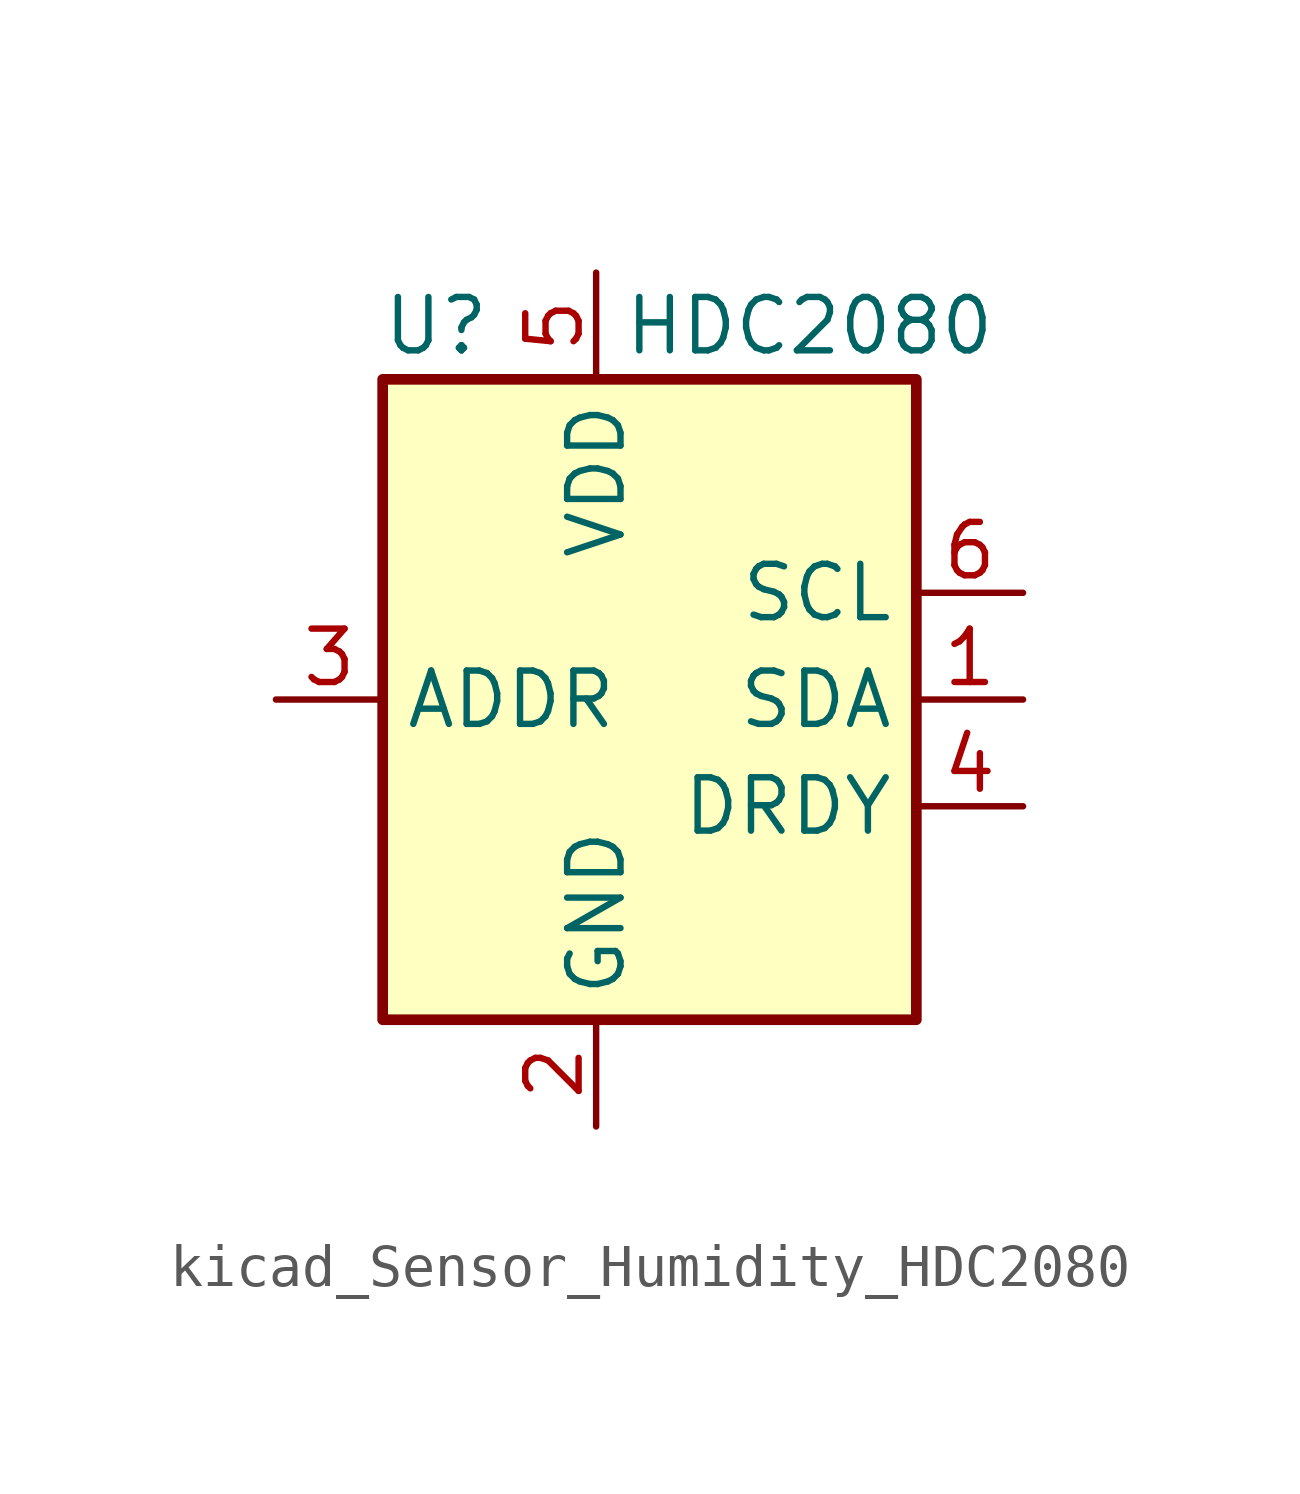
<source format=kicad_sym>
(kicad_symbol_lib
  (version 20220914)
  (generator kicad_symbol_editor)
  (symbol "kicad_Sensor_Humidity_HDC2080"
    (property "Reference" "U"
      (at -6.35 8.89 0)
      (effects (font (size 1.27 1.27))))
    (property "Value" "HDC2080"
      (at 2.54 8.89 0)
      (effects (font (size 1.27 1.27))))
    (symbol "kicad_Sensor_Humidity_HDC2080_0_1"
      (rectangle (start -7.62 7.62) (end 5.08 -7.62) (stroke (width 0.254) (type default)) (fill (type background))))
    (symbol "kicad_Sensor_Humidity_HDC2080_1_1"
      (pin bidirectional line (at 7.62 0 180) (length 2.54) (name "SDA" (effects (font (size 1.27 1.27)))) (number "1" (effects (font (size 1.27 1.27)))))
      (pin power_in line (at -2.54 -10.16 90) (length 2.54) (name "GND" (effects (font (size 1.27 1.27)))) (number "2" (effects (font (size 1.27 1.27)))))
      (pin input line (at -10.16 0 0) (length 2.54) (name "ADDR" (effects (font (size 1.27 1.27)))) (number "3" (effects (font (size 1.27 1.27)))))
      (pin output line (at 7.62 -2.54 180) (length 2.54) (name "DRDY" (effects (font (size 1.27 1.27)))) (number "4" (effects (font (size 1.27 1.27)))))
      (pin power_in line (at -2.54 10.16 270) (length 2.54) (name "VDD" (effects (font (size 1.27 1.27)))) (number "5" (effects (font (size 1.27 1.27)))))
      (pin input line (at 7.62 2.54 180) (length 2.54) (name "SCL" (effects (font (size 1.27 1.27)))) (number "6" (effects (font (size 1.27 1.27)))))
      (pin no_connect line (at -7.62 -2.54 0) (length 2.54) hide (name "EP" (effects (font (size 1.27 1.27)))) (number "7" (effects (font (size 1.27 1.27))))))))
</source>
